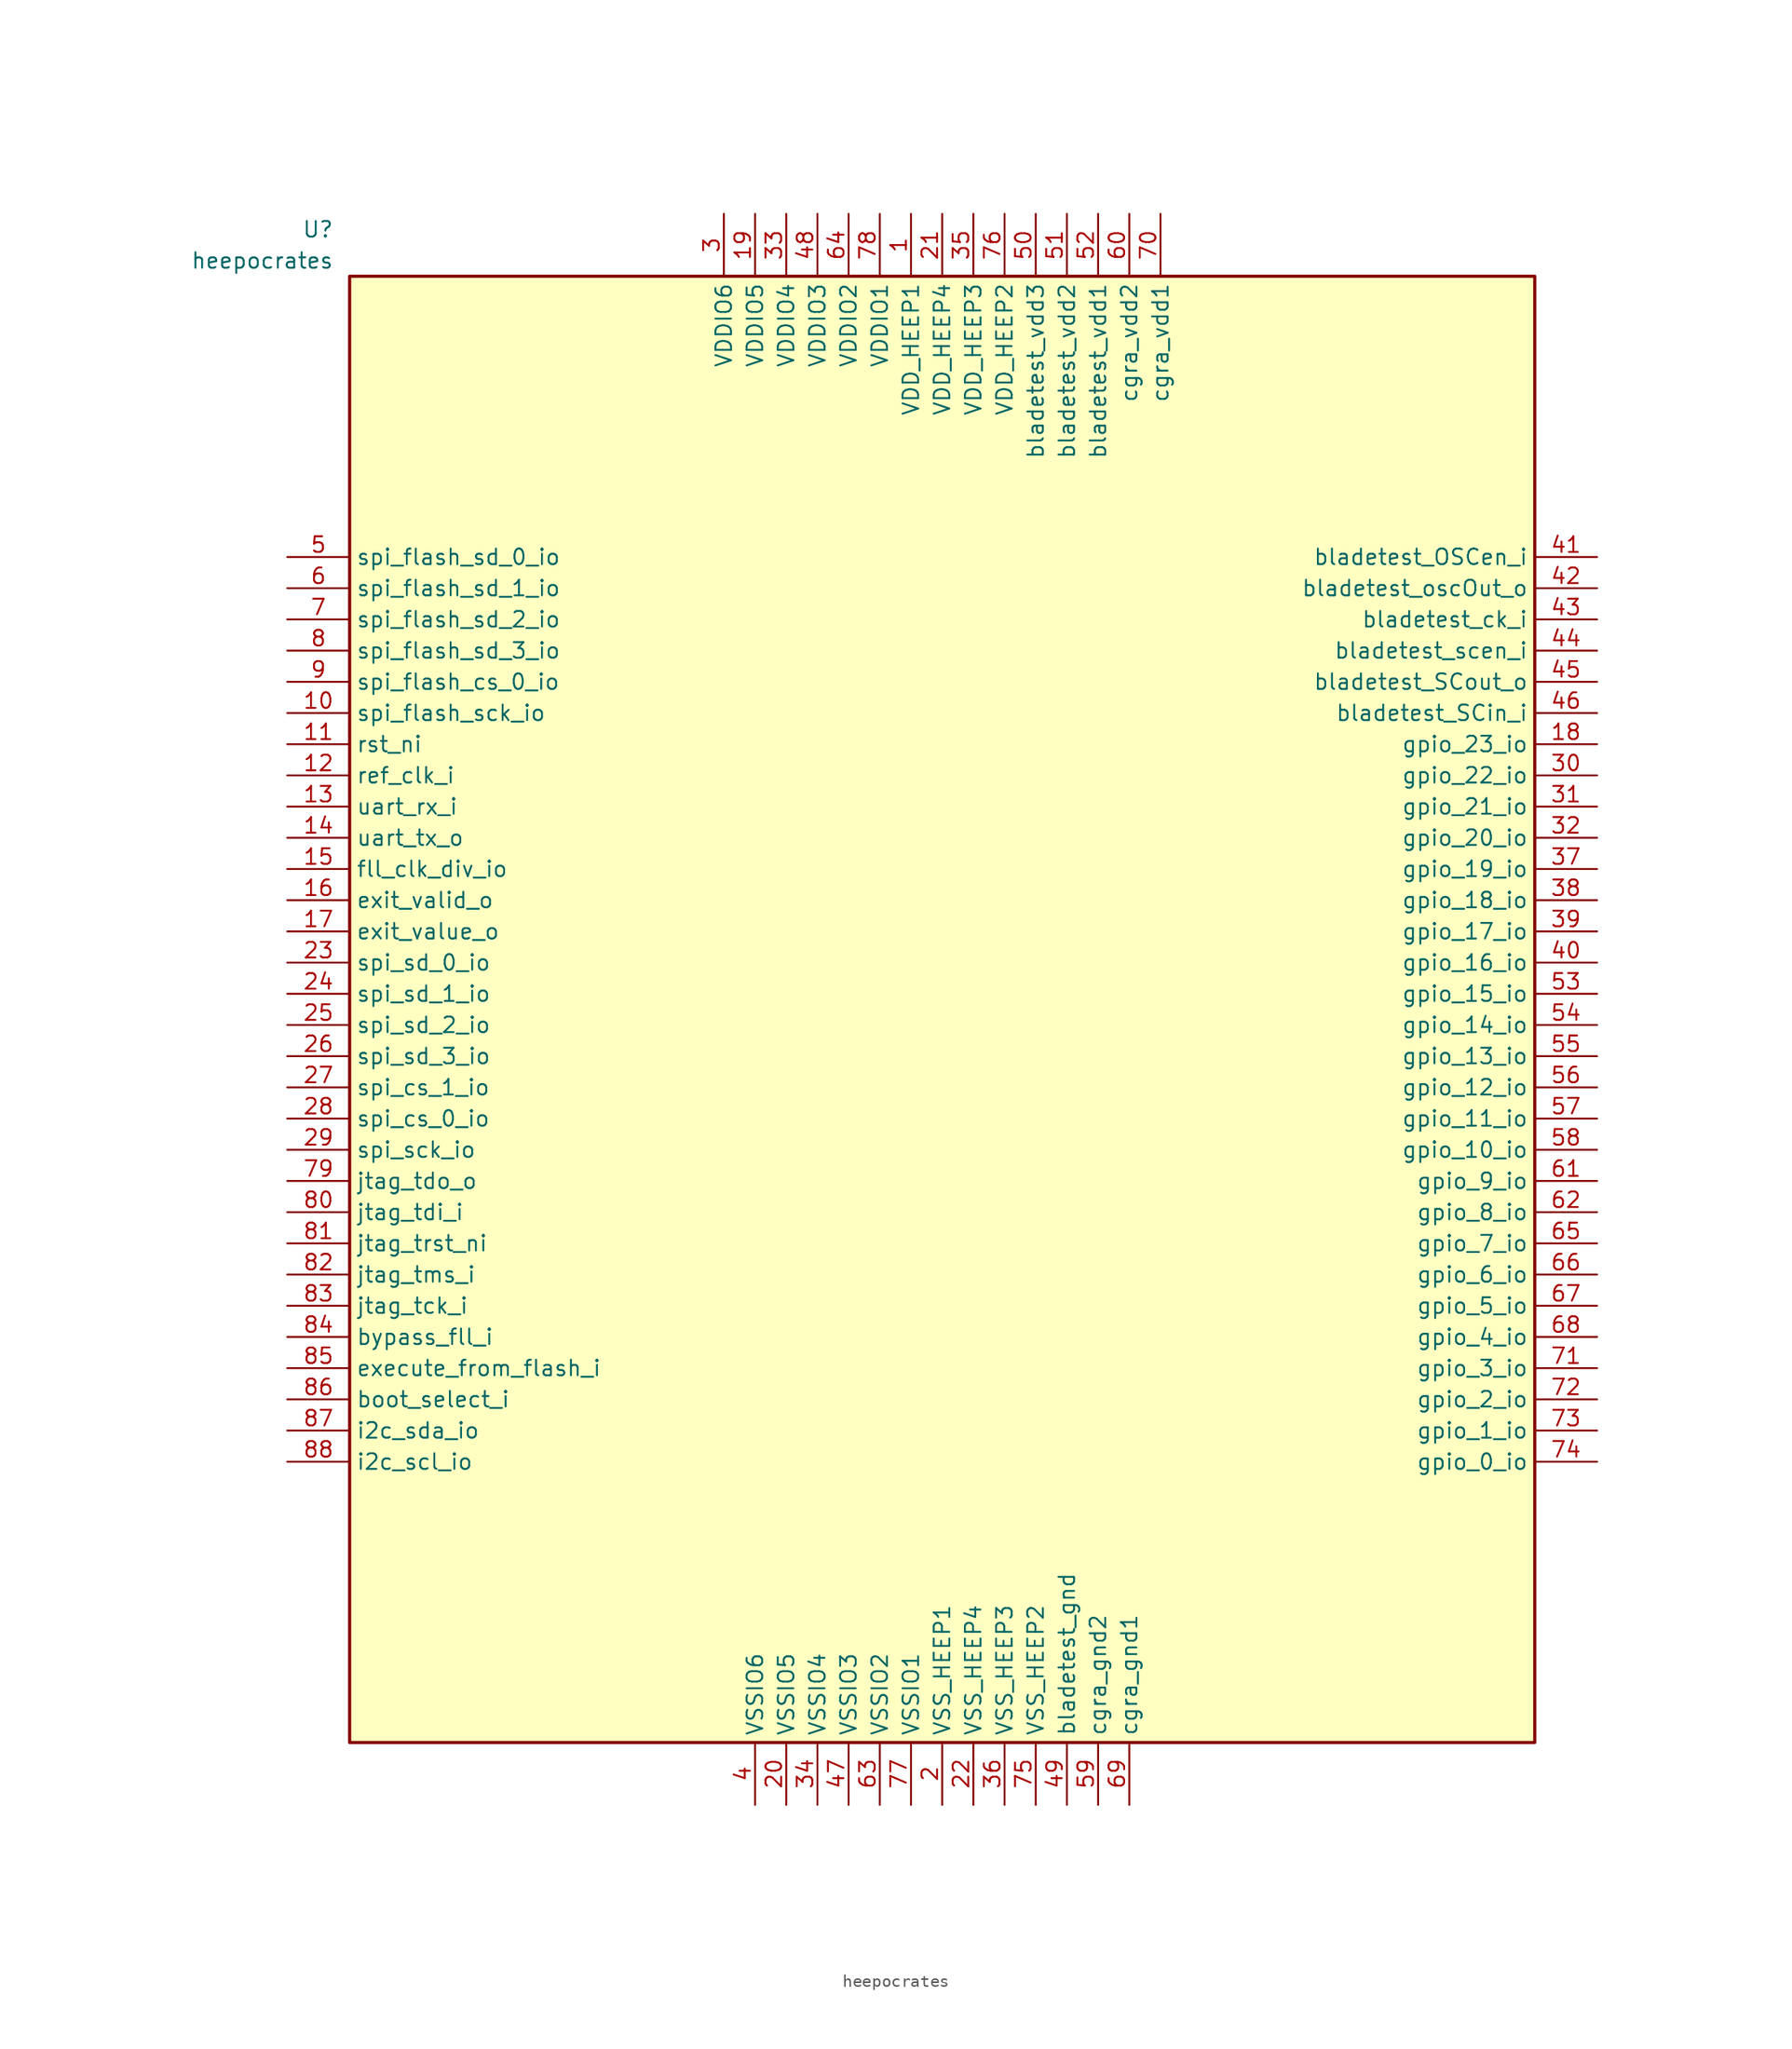
<source format=kicad_sym>
(kicad_symbol_lib
  (version 20220914)
  (generator kicad_symbol_editor)
  (symbol "heepocrates"
    (property "Reference" "U"
      (at 3.81 26.67 0)
      (effects (font (size 1.27 1.27)) (justify right)))
    (property "Value" "heepocrates"
      (at 3.81 24.13 0)
      (effects (font (size 1.27 1.27)) (justify right)))
    (property "ki_locked" ""
      (at 0 0 0)
      (effects (font (size 1.27 1.27))))
    (symbol "heepocrates_1_1"
      (rectangle (start 5.08 22.86) (end 101.6 -96.52) (stroke (width 0.254) (type solid)) (fill (type background)))
      (pin power_in line (at 50.8 27.94 270) (length 5.08) (name "VDD_HEEP1" (effects (font (size 1.27 1.27)))) (number "1" (effects (font (size 1.27 1.27)))))
      (pin bidirectional line (at 0 -12.7 0) (length 5.08) (name "spi_flash_sck_io" (effects (font (size 1.27 1.27)))) (number "10" (effects (font (size 1.27 1.27)))))
      (pin input line (at 0 -15.24 0) (length 5.08) (name "rst_ni" (effects (font (size 1.27 1.27)))) (number "11" (effects (font (size 1.27 1.27)))))
      (pin input line (at 0 -17.78 0) (length 5.08) (name "ref_clk_i" (effects (font (size 1.27 1.27)))) (number "12" (effects (font (size 1.27 1.27)))))
      (pin bidirectional line (at 0 -20.32 0) (length 5.08) (name "uart_rx_i" (effects (font (size 1.27 1.27)))) (number "13" (effects (font (size 1.27 1.27)))))
      (pin bidirectional line (at 0 -22.86 0) (length 5.08) (name "uart_tx_o" (effects (font (size 1.27 1.27)))) (number "14" (effects (font (size 1.27 1.27)))))
      (pin bidirectional line (at 0 -25.4 0) (length 5.08) (name "fll_clk_div_io" (effects (font (size 1.27 1.27)))) (number "15" (effects (font (size 1.27 1.27)))))
      (pin bidirectional line (at 0 -27.94 0) (length 5.08) (name "exit_valid_o" (effects (font (size 1.27 1.27)))) (number "16" (effects (font (size 1.27 1.27)))))
      (pin bidirectional line (at 0 -30.48 0) (length 5.08) (name "exit_value_o" (effects (font (size 1.27 1.27)))) (number "17" (effects (font (size 1.27 1.27)))))
      (pin bidirectional line (at 106.68 -15.24 180) (length 5.08) (name "gpio_23_io" (effects (font (size 1.27 1.27)))) (number "18" (effects (font (size 1.27 1.27)))))
      (pin power_in line (at 38.1 27.94 270) (length 5.08) (name "VDDIO5" (effects (font (size 1.27 1.27)))) (number "19" (effects (font (size 1.27 1.27)))))
      (pin power_in line (at 53.34 -101.6 90) (length 5.08) (name "VSS_HEEP1" (effects (font (size 1.27 1.27)))) (number "2" (effects (font (size 1.27 1.27)))))
      (pin power_in line (at 40.64 -101.6 90) (length 5.08) (name "VSSIO5" (effects (font (size 1.27 1.27)))) (number "20" (effects (font (size 1.27 1.27)))))
      (pin power_in line (at 53.34 27.94 270) (length 5.08) (name "VDD_HEEP4" (effects (font (size 1.27 1.27)))) (number "21" (effects (font (size 1.27 1.27)))))
      (pin power_in line (at 55.88 -101.6 90) (length 5.08) (name "VSS_HEEP4" (effects (font (size 1.27 1.27)))) (number "22" (effects (font (size 1.27 1.27)))))
      (pin bidirectional line (at 0 -33.02 0) (length 5.08) (name "spi_sd_0_io" (effects (font (size 1.27 1.27)))) (number "23" (effects (font (size 1.27 1.27)))))
      (pin bidirectional line (at 0 -35.56 0) (length 5.08) (name "spi_sd_1_io" (effects (font (size 1.27 1.27)))) (number "24" (effects (font (size 1.27 1.27)))))
      (pin bidirectional line (at 0 -38.1 0) (length 5.08) (name "spi_sd_2_io" (effects (font (size 1.27 1.27)))) (number "25" (effects (font (size 1.27 1.27)))))
      (pin bidirectional line (at 0 -40.64 0) (length 5.08) (name "spi_sd_3_io" (effects (font (size 1.27 1.27)))) (number "26" (effects (font (size 1.27 1.27)))))
      (pin bidirectional line (at 0 -43.18 0) (length 5.08) (name "spi_cs_1_io" (effects (font (size 1.27 1.27)))) (number "27" (effects (font (size 1.27 1.27)))))
      (pin bidirectional line (at 0 -45.72 0) (length 5.08) (name "spi_cs_0_io" (effects (font (size 1.27 1.27)))) (number "28" (effects (font (size 1.27 1.27)))))
      (pin bidirectional line (at 0 -48.26 0) (length 5.08) (name "spi_sck_io" (effects (font (size 1.27 1.27)))) (number "29" (effects (font (size 1.27 1.27)))))
      (pin power_in line (at 35.56 27.94 270) (length 5.08) (name "VDDIO6" (effects (font (size 1.27 1.27)))) (number "3" (effects (font (size 1.27 1.27)))))
      (pin bidirectional line (at 106.68 -17.78 180) (length 5.08) (name "gpio_22_io" (effects (font (size 1.27 1.27)))) (number "30" (effects (font (size 1.27 1.27)))))
      (pin bidirectional line (at 106.68 -20.32 180) (length 5.08) (name "gpio_21_io" (effects (font (size 1.27 1.27)))) (number "31" (effects (font (size 1.27 1.27)))))
      (pin bidirectional line (at 106.68 -22.86 180) (length 5.08) (name "gpio_20_io" (effects (font (size 1.27 1.27)))) (number "32" (effects (font (size 1.27 1.27)))))
      (pin power_in line (at 40.64 27.94 270) (length 5.08) (name "VDDIO4" (effects (font (size 1.27 1.27)))) (number "33" (effects (font (size 1.27 1.27)))))
      (pin power_in line (at 43.18 -101.6 90) (length 5.08) (name "VSSIO4" (effects (font (size 1.27 1.27)))) (number "34" (effects (font (size 1.27 1.27)))))
      (pin power_in line (at 55.88 27.94 270) (length 5.08) (name "VDD_HEEP3" (effects (font (size 1.27 1.27)))) (number "35" (effects (font (size 1.27 1.27)))))
      (pin power_in line (at 58.42 -101.6 90) (length 5.08) (name "VSS_HEEP3" (effects (font (size 1.27 1.27)))) (number "36" (effects (font (size 1.27 1.27)))))
      (pin bidirectional line (at 106.68 -25.4 180) (length 5.08) (name "gpio_19_io" (effects (font (size 1.27 1.27)))) (number "37" (effects (font (size 1.27 1.27)))))
      (pin bidirectional line (at 106.68 -27.94 180) (length 5.08) (name "gpio_18_io" (effects (font (size 1.27 1.27)))) (number "38" (effects (font (size 1.27 1.27)))))
      (pin bidirectional line (at 106.68 -30.48 180) (length 5.08) (name "gpio_17_io" (effects (font (size 1.27 1.27)))) (number "39" (effects (font (size 1.27 1.27)))))
      (pin power_in line (at 38.1 -101.6 90) (length 5.08) (name "VSSIO6" (effects (font (size 1.27 1.27)))) (number "4" (effects (font (size 1.27 1.27)))))
      (pin bidirectional line (at 106.68 -33.02 180) (length 5.08) (name "gpio_16_io" (effects (font (size 1.27 1.27)))) (number "40" (effects (font (size 1.27 1.27)))))
      (pin input line (at 106.68 0 180) (length 5.08) (name "bladetest_OSCen_i" (effects (font (size 1.27 1.27)))) (number "41" (effects (font (size 1.27 1.27)))))
      (pin output line (at 106.68 -2.54 180) (length 5.08) (name "bladetest_oscOut_o" (effects (font (size 1.27 1.27)))) (number "42" (effects (font (size 1.27 1.27)))))
      (pin input line (at 106.68 -5.08 180) (length 5.08) (name "bladetest_ck_i" (effects (font (size 1.27 1.27)))) (number "43" (effects (font (size 1.27 1.27)))))
      (pin input line (at 106.68 -7.62 180) (length 5.08) (name "bladetest_scen_i" (effects (font (size 1.27 1.27)))) (number "44" (effects (font (size 1.27 1.27)))))
      (pin output line (at 106.68 -10.16 180) (length 5.08) (name "bladetest_SCout_o" (effects (font (size 1.27 1.27)))) (number "45" (effects (font (size 1.27 1.27)))))
      (pin input line (at 106.68 -12.7 180) (length 5.08) (name "bladetest_SCin_i" (effects (font (size 1.27 1.27)))) (number "46" (effects (font (size 1.27 1.27)))))
      (pin power_in line (at 45.72 -101.6 90) (length 5.08) (name "VSSIO3" (effects (font (size 1.27 1.27)))) (number "47" (effects (font (size 1.27 1.27)))))
      (pin power_in line (at 43.18 27.94 270) (length 5.08) (name "VDDIO3" (effects (font (size 1.27 1.27)))) (number "48" (effects (font (size 1.27 1.27)))))
      (pin power_in line (at 63.5 -101.6 90) (length 5.08) (name "bladetest_gnd" (effects (font (size 1.27 1.27)))) (number "49" (effects (font (size 1.27 1.27)))))
      (pin bidirectional line (at 0 0 0) (length 5.08) (name "spi_flash_sd_0_io" (effects (font (size 1.27 1.27)))) (number "5" (effects (font (size 1.27 1.27)))))
      (pin power_in line (at 60.96 27.94 270) (length 5.08) (name "bladetest_vdd3" (effects (font (size 1.27 1.27)))) (number "50" (effects (font (size 1.27 1.27)))))
      (pin power_in line (at 63.5 27.94 270) (length 5.08) (name "bladetest_vdd2" (effects (font (size 1.27 1.27)))) (number "51" (effects (font (size 1.27 1.27)))))
      (pin power_in line (at 66.04 27.94 270) (length 5.08) (name "bladetest_vdd1" (effects (font (size 1.27 1.27)))) (number "52" (effects (font (size 1.27 1.27)))))
      (pin bidirectional line (at 106.68 -35.56 180) (length 5.08) (name "gpio_15_io" (effects (font (size 1.27 1.27)))) (number "53" (effects (font (size 1.27 1.27)))))
      (pin bidirectional line (at 106.68 -38.1 180) (length 5.08) (name "gpio_14_io" (effects (font (size 1.27 1.27)))) (number "54" (effects (font (size 1.27 1.27)))))
      (pin bidirectional line (at 106.68 -40.64 180) (length 5.08) (name "gpio_13_io" (effects (font (size 1.27 1.27)))) (number "55" (effects (font (size 1.27 1.27)))))
      (pin bidirectional line (at 106.68 -43.18 180) (length 5.08) (name "gpio_12_io" (effects (font (size 1.27 1.27)))) (number "56" (effects (font (size 1.27 1.27)))))
      (pin bidirectional line (at 106.68 -45.72 180) (length 5.08) (name "gpio_11_io" (effects (font (size 1.27 1.27)))) (number "57" (effects (font (size 1.27 1.27)))))
      (pin bidirectional line (at 106.68 -48.26 180) (length 5.08) (name "gpio_10_io" (effects (font (size 1.27 1.27)))) (number "58" (effects (font (size 1.27 1.27)))))
      (pin power_in line (at 66.04 -101.6 90) (length 5.08) (name "cgra_gnd2" (effects (font (size 1.27 1.27)))) (number "59" (effects (font (size 1.27 1.27)))))
      (pin bidirectional line (at 0 -2.54 0) (length 5.08) (name "spi_flash_sd_1_io" (effects (font (size 1.27 1.27)))) (number "6" (effects (font (size 1.27 1.27)))))
      (pin power_in line (at 68.58 27.94 270) (length 5.08) (name "cgra_vdd2" (effects (font (size 1.27 1.27)))) (number "60" (effects (font (size 1.27 1.27)))))
      (pin bidirectional line (at 106.68 -50.8 180) (length 5.08) (name "gpio_9_io" (effects (font (size 1.27 1.27)))) (number "61" (effects (font (size 1.27 1.27)))))
      (pin bidirectional line (at 106.68 -53.34 180) (length 5.08) (name "gpio_8_io" (effects (font (size 1.27 1.27)))) (number "62" (effects (font (size 1.27 1.27)))))
      (pin power_in line (at 48.26 -101.6 90) (length 5.08) (name "VSSIO2" (effects (font (size 1.27 1.27)))) (number "63" (effects (font (size 1.27 1.27)))))
      (pin power_in line (at 45.72 27.94 270) (length 5.08) (name "VDDIO2" (effects (font (size 1.27 1.27)))) (number "64" (effects (font (size 1.27 1.27)))))
      (pin bidirectional line (at 106.68 -55.88 180) (length 5.08) (name "gpio_7_io" (effects (font (size 1.27 1.27)))) (number "65" (effects (font (size 1.27 1.27)))))
      (pin bidirectional line (at 106.68 -58.42 180) (length 5.08) (name "gpio_6_io" (effects (font (size 1.27 1.27)))) (number "66" (effects (font (size 1.27 1.27)))))
      (pin bidirectional line (at 106.68 -60.96 180) (length 5.08) (name "gpio_5_io" (effects (font (size 1.27 1.27)))) (number "67" (effects (font (size 1.27 1.27)))))
      (pin bidirectional line (at 106.68 -63.5 180) (length 5.08) (name "gpio_4_io" (effects (font (size 1.27 1.27)))) (number "68" (effects (font (size 1.27 1.27)))))
      (pin power_in line (at 68.58 -101.6 90) (length 5.08) (name "cgra_gnd1" (effects (font (size 1.27 1.27)))) (number "69" (effects (font (size 1.27 1.27)))))
      (pin bidirectional line (at 0 -5.08 0) (length 5.08) (name "spi_flash_sd_2_io" (effects (font (size 1.27 1.27)))) (number "7" (effects (font (size 1.27 1.27)))))
      (pin power_in line (at 71.12 27.94 270) (length 5.08) (name "cgra_vdd1" (effects (font (size 1.27 1.27)))) (number "70" (effects (font (size 1.27 1.27)))))
      (pin bidirectional line (at 106.68 -66.04 180) (length 5.08) (name "gpio_3_io" (effects (font (size 1.27 1.27)))) (number "71" (effects (font (size 1.27 1.27)))))
      (pin bidirectional line (at 106.68 -68.58 180) (length 5.08) (name "gpio_2_io" (effects (font (size 1.27 1.27)))) (number "72" (effects (font (size 1.27 1.27)))))
      (pin bidirectional line (at 106.68 -71.12 180) (length 5.08) (name "gpio_1_io" (effects (font (size 1.27 1.27)))) (number "73" (effects (font (size 1.27 1.27)))))
      (pin bidirectional line (at 106.68 -73.66 180) (length 5.08) (name "gpio_0_io" (effects (font (size 1.27 1.27)))) (number "74" (effects (font (size 1.27 1.27)))))
      (pin power_in line (at 60.96 -101.6 90) (length 5.08) (name "VSS_HEEP2" (effects (font (size 1.27 1.27)))) (number "75" (effects (font (size 1.27 1.27)))))
      (pin power_in line (at 58.42 27.94 270) (length 5.08) (name "VDD_HEEP2" (effects (font (size 1.27 1.27)))) (number "76" (effects (font (size 1.27 1.27)))))
      (pin power_in line (at 50.8 -101.6 90) (length 5.08) (name "VSSIO1" (effects (font (size 1.27 1.27)))) (number "77" (effects (font (size 1.27 1.27)))))
      (pin power_in line (at 48.26 27.94 270) (length 5.08) (name "VDDIO1" (effects (font (size 1.27 1.27)))) (number "78" (effects (font (size 1.27 1.27)))))
      (pin output line (at 0 -50.8 0) (length 5.08) (name "jtag_tdo_o" (effects (font (size 1.27 1.27)))) (number "79" (effects (font (size 1.27 1.27)))))
      (pin bidirectional line (at 0 -7.62 0) (length 5.08) (name "spi_flash_sd_3_io" (effects (font (size 1.27 1.27)))) (number "8" (effects (font (size 1.27 1.27)))))
      (pin input line (at 0 -53.34 0) (length 5.08) (name "jtag_tdi_i" (effects (font (size 1.27 1.27)))) (number "80" (effects (font (size 1.27 1.27)))))
      (pin input line (at 0 -55.88 0) (length 5.08) (name "jtag_trst_ni" (effects (font (size 1.27 1.27)))) (number "81" (effects (font (size 1.27 1.27)))))
      (pin input line (at 0 -58.42 0) (length 5.08) (name "jtag_tms_i" (effects (font (size 1.27 1.27)))) (number "82" (effects (font (size 1.27 1.27)))))
      (pin input line (at 0 -60.96 0) (length 5.08) (name "jtag_tck_i" (effects (font (size 1.27 1.27)))) (number "83" (effects (font (size 1.27 1.27)))))
      (pin input line (at 0 -63.5 0) (length 5.08) (name "bypass_fll_i" (effects (font (size 1.27 1.27)))) (number "84" (effects (font (size 1.27 1.27)))))
      (pin input line (at 0 -66.04 0) (length 5.08) (name "execute_from_flash_i" (effects (font (size 1.27 1.27)))) (number "85" (effects (font (size 1.27 1.27)))))
      (pin input line (at 0 -68.58 0) (length 5.08) (name "boot_select_i" (effects (font (size 1.27 1.27)))) (number "86" (effects (font (size 1.27 1.27)))))
      (pin bidirectional line (at 0 -71.12 0) (length 5.08) (name "i2c_sda_io" (effects (font (size 1.27 1.27)))) (number "87" (effects (font (size 1.27 1.27)))))
      (pin bidirectional line (at 0 -73.66 0) (length 5.08) (name "i2c_scl_io" (effects (font (size 1.27 1.27)))) (number "88" (effects (font (size 1.27 1.27)))))
      (pin bidirectional line (at 0 -10.16 0) (length 5.08) (name "spi_flash_cs_0_io" (effects (font (size 1.27 1.27)))) (number "9" (effects (font (size 1.27 1.27))))))))
</source>
